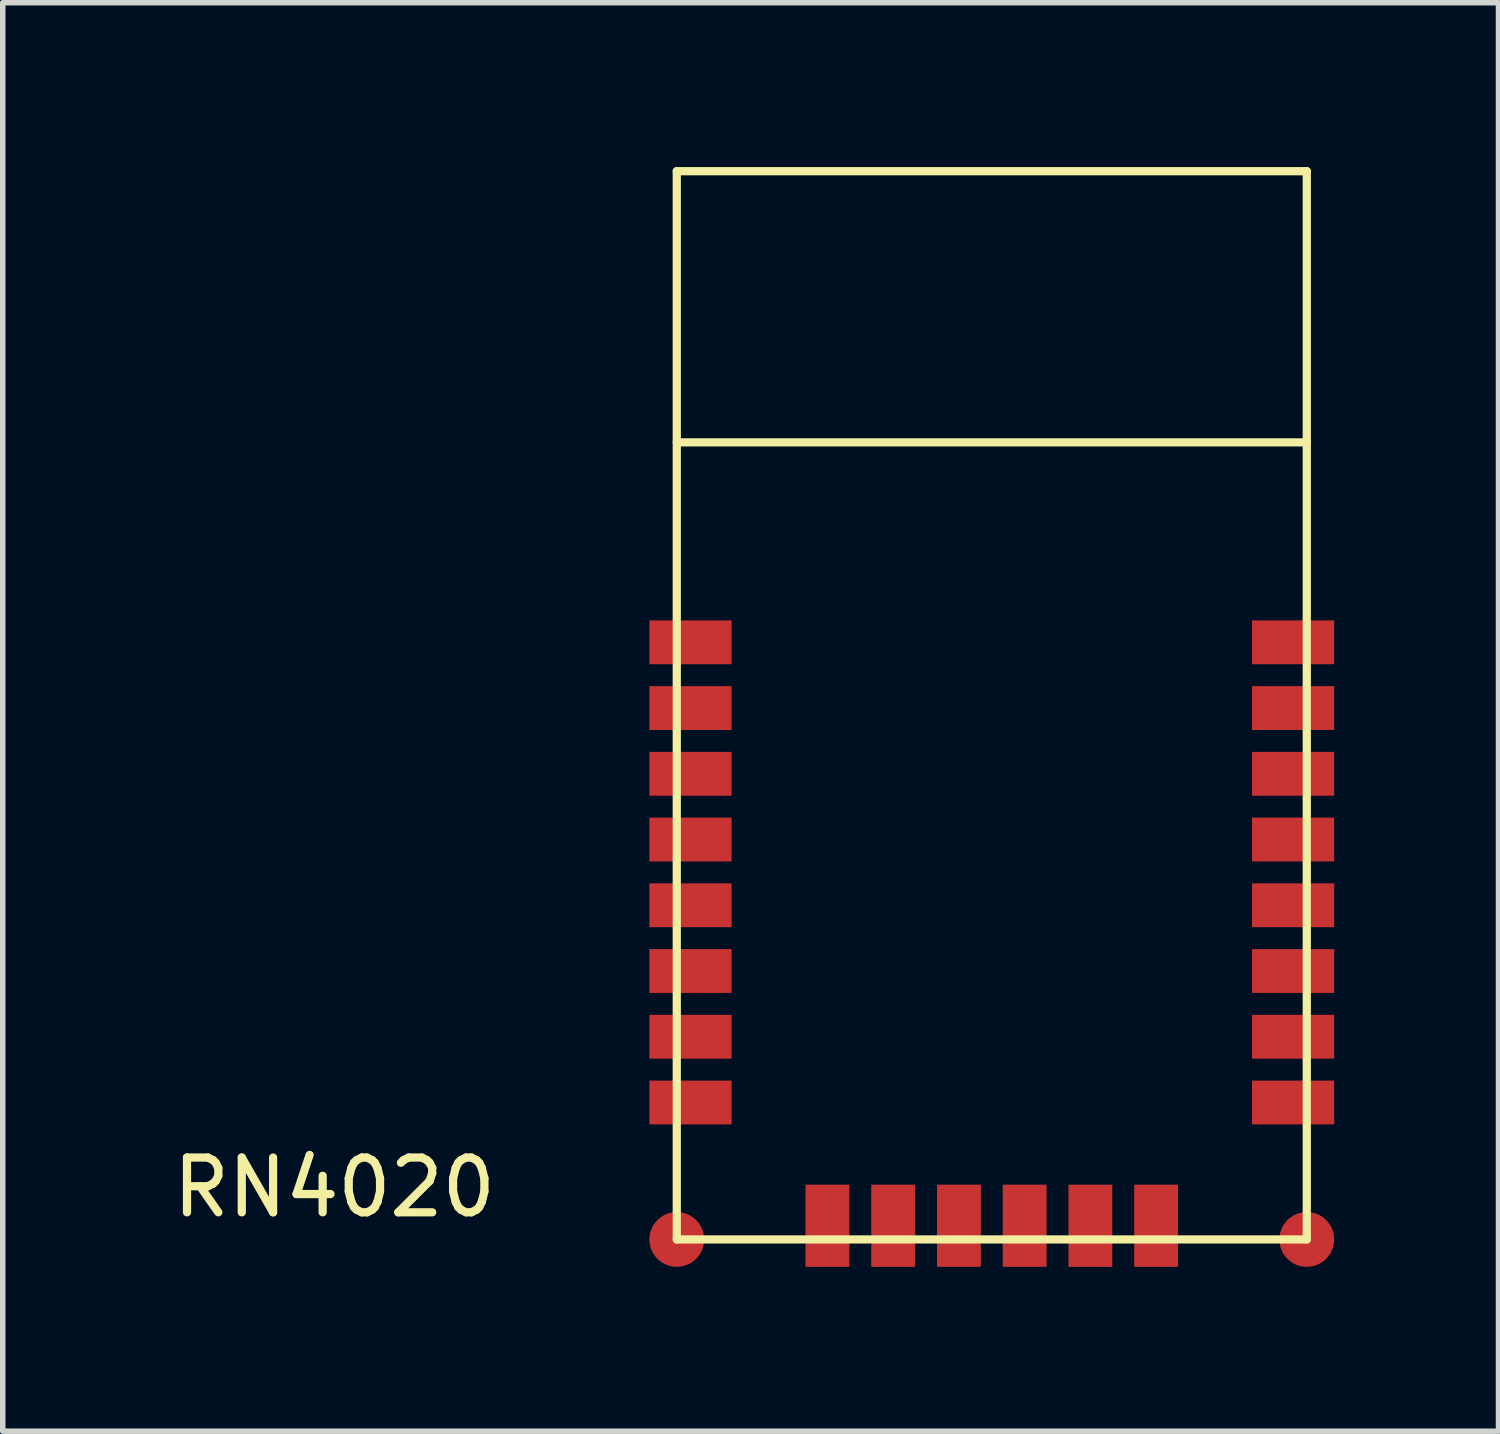
<source format=kicad_pcb>
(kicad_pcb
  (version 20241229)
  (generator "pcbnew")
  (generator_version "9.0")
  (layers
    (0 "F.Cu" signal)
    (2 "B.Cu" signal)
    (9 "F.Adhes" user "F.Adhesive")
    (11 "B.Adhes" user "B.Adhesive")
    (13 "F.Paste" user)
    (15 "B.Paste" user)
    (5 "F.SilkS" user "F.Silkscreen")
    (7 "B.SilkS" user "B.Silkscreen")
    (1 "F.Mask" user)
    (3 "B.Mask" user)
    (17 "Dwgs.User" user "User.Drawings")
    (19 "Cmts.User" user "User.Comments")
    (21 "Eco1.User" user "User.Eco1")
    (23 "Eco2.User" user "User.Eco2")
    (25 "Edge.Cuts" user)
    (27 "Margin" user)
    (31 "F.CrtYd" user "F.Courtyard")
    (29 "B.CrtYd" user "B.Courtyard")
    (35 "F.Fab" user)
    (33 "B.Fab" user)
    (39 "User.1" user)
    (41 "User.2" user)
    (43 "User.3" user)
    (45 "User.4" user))
  (footprint "RN4020"
    (layer "F.Cu")
    (at 9.304 19.575)
    (property "Reference" "RN4020" (at -6.25 -0.95 0) (layer "F.SilkS") (effects (font (size 1 1) (thickness 0.15))))
    (attr through_hole)
    (fp_line (start 0 -19.5) (end 11.5 -19.5) (stroke (width 0.15) (type solid)) (layer "F.SilkS"))
    (fp_line (start 0 -14.55) (end 11.5 -14.55) (stroke (width 0.15) (type solid)) (layer "F.SilkS"))
    (fp_line (start 0 0) (end 0 -19.5) (stroke (width 0.15) (type solid)) (layer "F.SilkS"))
    (fp_line (start 11.5 -19.5) (end 11.5 0) (stroke (width 0.15) (type solid)) (layer "F.SilkS"))
    (fp_line (start 11.5 0) (end 0 0) (stroke (width 0.15) (type solid)) (layer "F.SilkS"))
    (pad "1" smd rect (at 0.25 -10.9) (size 1.5 0.8) (layers "F.Cu" "F.Mask" "F.Paste"))
    (pad "2" smd rect (at 0.25 -9.7) (size 1.5 0.8) (layers "F.Cu" "F.Mask" "F.Paste"))
    (pad "3" smd rect (at 0.25 -8.5) (size 1.5 0.8) (layers "F.Cu" "F.Mask" "F.Paste"))
    (pad "4" smd rect (at 0.25 -7.3) (size 1.5 0.8) (layers "F.Cu" "F.Mask" "F.Paste"))
    (pad "5" smd rect (at 0.25 -6.1) (size 1.5 0.8) (layers "F.Cu" "F.Mask" "F.Paste"))
    (pad "6" smd rect (at 0.25 -4.9) (size 1.5 0.8) (layers "F.Cu" "F.Mask" "F.Paste"))
    (pad "7" smd rect (at 0.25 -3.7) (size 1.5 0.8) (layers "F.Cu" "F.Mask" "F.Paste"))
    (pad "8" smd rect (at 0.25 -2.5) (size 1.5 0.8) (layers "F.Cu" "F.Mask" "F.Paste"))
    (pad "9" smd circle (at 0 0) (size 1 1) (layers "F.Cu" "F.Mask" "F.Paste"))
    (pad "10" smd rect (at 2.75 -0.25) (size 0.8 1.5) (layers "F.Cu" "F.Mask" "F.Paste"))
    (pad "11" smd rect (at 3.95 -0.25) (size 0.8 1.5) (layers "F.Cu" "F.Mask" "F.Paste"))
    (pad "12" smd rect (at 5.15 -0.25) (size 0.8 1.5) (layers "F.Cu" "F.Mask" "F.Paste"))
    (pad "13" smd rect (at 6.35 -0.25) (size 0.8 1.5) (layers "F.Cu" "F.Mask" "F.Paste"))
    (pad "14" smd rect (at 7.55 -0.25) (size 0.8 1.5) (layers "F.Cu" "F.Mask" "F.Paste"))
    (pad "15" smd rect (at 8.75 -0.25) (size 0.8 1.5) (layers "F.Cu" "F.Mask" "F.Paste"))
    (pad "16" smd circle (at 11.5 0) (size 1 1) (layers "F.Cu" "F.Mask" "F.Paste"))
    (pad "17" smd rect (at 11.25 -2.5) (size 1.5 0.8) (layers "F.Cu" "F.Mask" "F.Paste"))
    (pad "18" smd rect (at 11.25 -3.7) (size 1.5 0.8) (layers "F.Cu" "F.Mask" "F.Paste"))
    (pad "19" smd rect (at 11.25 -4.9) (size 1.5 0.8) (layers "F.Cu" "F.Mask" "F.Paste"))
    (pad "20" smd rect (at 11.25 -6.1) (size 1.5 0.8) (layers "F.Cu" "F.Mask" "F.Paste"))
    (pad "21" smd rect (at 11.25 -7.3) (size 1.5 0.8) (layers "F.Cu" "F.Mask" "F.Paste"))
    (pad "22" smd rect (at 11.25 -8.5) (size 1.5 0.8) (layers "F.Cu" "F.Mask" "F.Paste"))
    (pad "23" smd rect (at 11.25 -9.7) (size 1.5 0.8) (layers "F.Cu" "F.Mask" "F.Paste"))
    (pad "24" smd rect (at 11.25 -10.9) (size 1.5 0.8) (layers "F.Cu" "F.Mask" "F.Paste")))
  (gr_rect
    (start -3 -3)
    (end 24.304 23.075)
    (stroke (width 0.1) (type default))
    (fill no)
    (layer "Edge.Cuts")))
</source>
